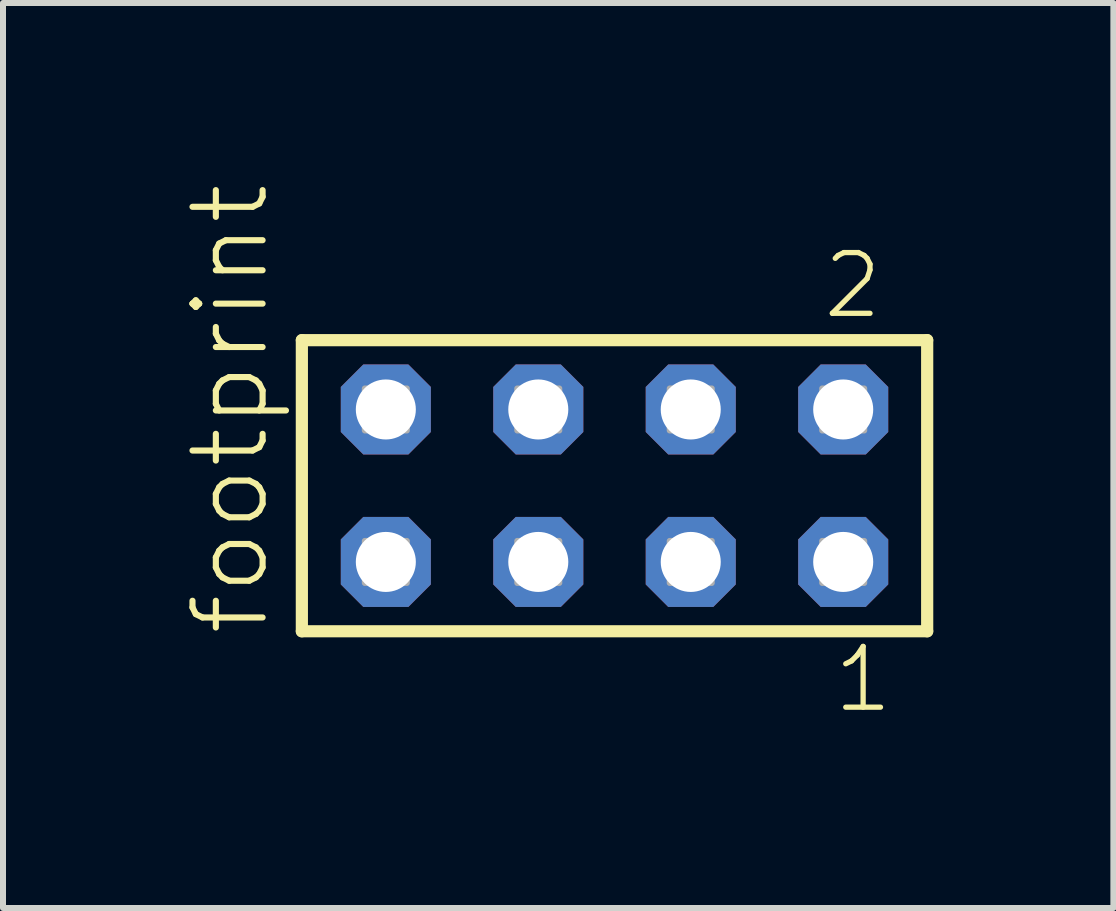
<source format=kicad_pcb>
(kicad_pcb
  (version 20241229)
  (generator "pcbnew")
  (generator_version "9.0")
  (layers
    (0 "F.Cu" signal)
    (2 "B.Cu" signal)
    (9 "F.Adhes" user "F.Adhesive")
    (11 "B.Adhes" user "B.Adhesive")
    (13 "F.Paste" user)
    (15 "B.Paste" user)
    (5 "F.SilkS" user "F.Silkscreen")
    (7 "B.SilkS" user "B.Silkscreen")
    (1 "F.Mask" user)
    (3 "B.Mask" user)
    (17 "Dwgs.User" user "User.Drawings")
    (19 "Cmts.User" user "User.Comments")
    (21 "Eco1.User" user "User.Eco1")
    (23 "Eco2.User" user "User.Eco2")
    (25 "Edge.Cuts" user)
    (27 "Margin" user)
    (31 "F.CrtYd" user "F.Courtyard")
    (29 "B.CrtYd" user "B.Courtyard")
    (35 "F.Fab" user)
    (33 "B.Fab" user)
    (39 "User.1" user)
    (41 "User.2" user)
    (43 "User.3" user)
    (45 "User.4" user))
  (footprint "footprint"
    (layer "F.Cu")
    (at 7.188 5.042)
    (property "Reference" "footprint" (at -5.715 2.54 90) (layer "F.SilkS") (effects (font (size 1.168 1.168) (thickness 0.102)) (justify left bottom)))
    (fp_line (start -5.209 -2.425) (end 5.209 -2.425) (stroke (width 0.203) (type solid)) (layer "F.SilkS"))
    (fp_line (start -5.209 2.425) (end -5.209 -2.425) (stroke (width 0.203) (type solid)) (layer "F.SilkS"))
    (fp_line (start 5.209 -2.425) (end 5.209 2.425) (stroke (width 0.203) (type solid)) (layer "F.SilkS"))
    (fp_line (start 5.209 2.425) (end -5.209 2.425) (stroke (width 0.203) (type solid)) (layer "F.SilkS"))
    (fp_poly (pts (xy -4.16 -0.92) (xy -3.46 -0.92) (xy -3.46 -1.62) (xy -4.16 -1.62)) (stroke (width 0.1) (type solid)) (fill no) (layer "F.Fab"))
    (fp_poly (pts (xy -4.16 1.62) (xy -3.46 1.62) (xy -3.46 0.92) (xy -4.16 0.92)) (stroke (width 0.1) (type solid)) (fill no) (layer "F.Fab"))
    (fp_poly (pts (xy -1.62 -0.92) (xy -0.92 -0.92) (xy -0.92 -1.62) (xy -1.62 -1.62)) (stroke (width 0.1) (type solid)) (fill no) (layer "F.Fab"))
    (fp_poly (pts (xy -1.62 1.62) (xy -0.92 1.62) (xy -0.92 0.92) (xy -1.62 0.92)) (stroke (width 0.1) (type solid)) (fill no) (layer "F.Fab"))
    (fp_poly (pts (xy 0.92 -0.92) (xy 1.62 -0.92) (xy 1.62 -1.62) (xy 0.92 -1.62)) (stroke (width 0.1) (type solid)) (fill no) (layer "F.Fab"))
    (fp_poly (pts (xy 0.92 1.62) (xy 1.62 1.62) (xy 1.62 0.92) (xy 0.92 0.92)) (stroke (width 0.1) (type solid)) (fill no) (layer "F.Fab"))
    (fp_poly (pts (xy 3.46 -0.92) (xy 4.16 -0.92) (xy 4.16 -1.62) (xy 3.46 -1.62)) (stroke (width 0.1) (type solid)) (fill no) (layer "F.Fab"))
    (fp_poly (pts (xy 3.46 1.62) (xy 4.16 1.62) (xy 4.16 0.92) (xy 3.46 0.92)) (stroke (width 0.1) (type solid)) (fill no) (layer "F.Fab"))
    (fp_text user "2" (at 3.427 -2.744 0) (layer "F.SilkS") (effects (font (size 1.012 1.012) (thickness 0.088)) (justify left bottom)))
    (fp_text user "1" (at 3.602 3.818 0) (layer "F.SilkS") (effects (font (size 1.012 1.012) (thickness 0.088)) (justify left bottom)))
    (pad "1" thru_hole roundrect (at 3.81 1.27 180) (size 1.5 1.5) (drill 1) (layers "*.Cu" "*.Mask") (roundrect_rratio 0.25) (chamfer_ratio 0.25) (chamfer top_left top_right bottom_left bottom_right))
    (pad "2" thru_hole roundrect (at 3.81 -1.27 180) (size 1.5 1.5) (drill 1) (layers "*.Cu" "*.Mask") (roundrect_rratio 0.25) (chamfer_ratio 0.25) (chamfer top_left top_right bottom_left bottom_right))
    (pad "3" thru_hole roundrect (at 1.27 1.27 180) (size 1.5 1.5) (drill 1) (layers "*.Cu" "*.Mask") (roundrect_rratio 0.25) (chamfer_ratio 0.25) (chamfer top_left top_right bottom_left bottom_right))
    (pad "4" thru_hole roundrect (at 1.27 -1.27 180) (size 1.5 1.5) (drill 1) (layers "*.Cu" "*.Mask") (roundrect_rratio 0.25) (chamfer_ratio 0.25) (chamfer top_left top_right bottom_left bottom_right))
    (pad "5" thru_hole roundrect (at -1.27 1.27 180) (size 1.5 1.5) (drill 1) (layers "*.Cu" "*.Mask") (roundrect_rratio 0.25) (chamfer_ratio 0.25) (chamfer top_left top_right bottom_left bottom_right))
    (pad "6" thru_hole roundrect (at -1.27 -1.27 180) (size 1.5 1.5) (drill 1) (layers "*.Cu" "*.Mask") (roundrect_rratio 0.25) (chamfer_ratio 0.25) (chamfer top_left top_right bottom_left bottom_right))
    (pad "7" thru_hole roundrect (at -3.81 1.27 180) (size 1.5 1.5) (drill 1) (layers "*.Cu" "*.Mask") (roundrect_rratio 0.25) (chamfer_ratio 0.25) (chamfer top_left top_right bottom_left bottom_right))
    (pad "8" thru_hole roundrect (at -3.81 -1.27 180) (size 1.5 1.5) (drill 1) (layers "*.Cu" "*.Mask") (roundrect_rratio 0.25) (chamfer_ratio 0.25) (chamfer top_left top_right bottom_left bottom_right)))
  (gr_rect
    (start -3 -3)
    (end 15.499 12.077)
    (stroke (width 0.1) (type default))
    (fill no)
    (layer "Edge.Cuts")))
</source>
